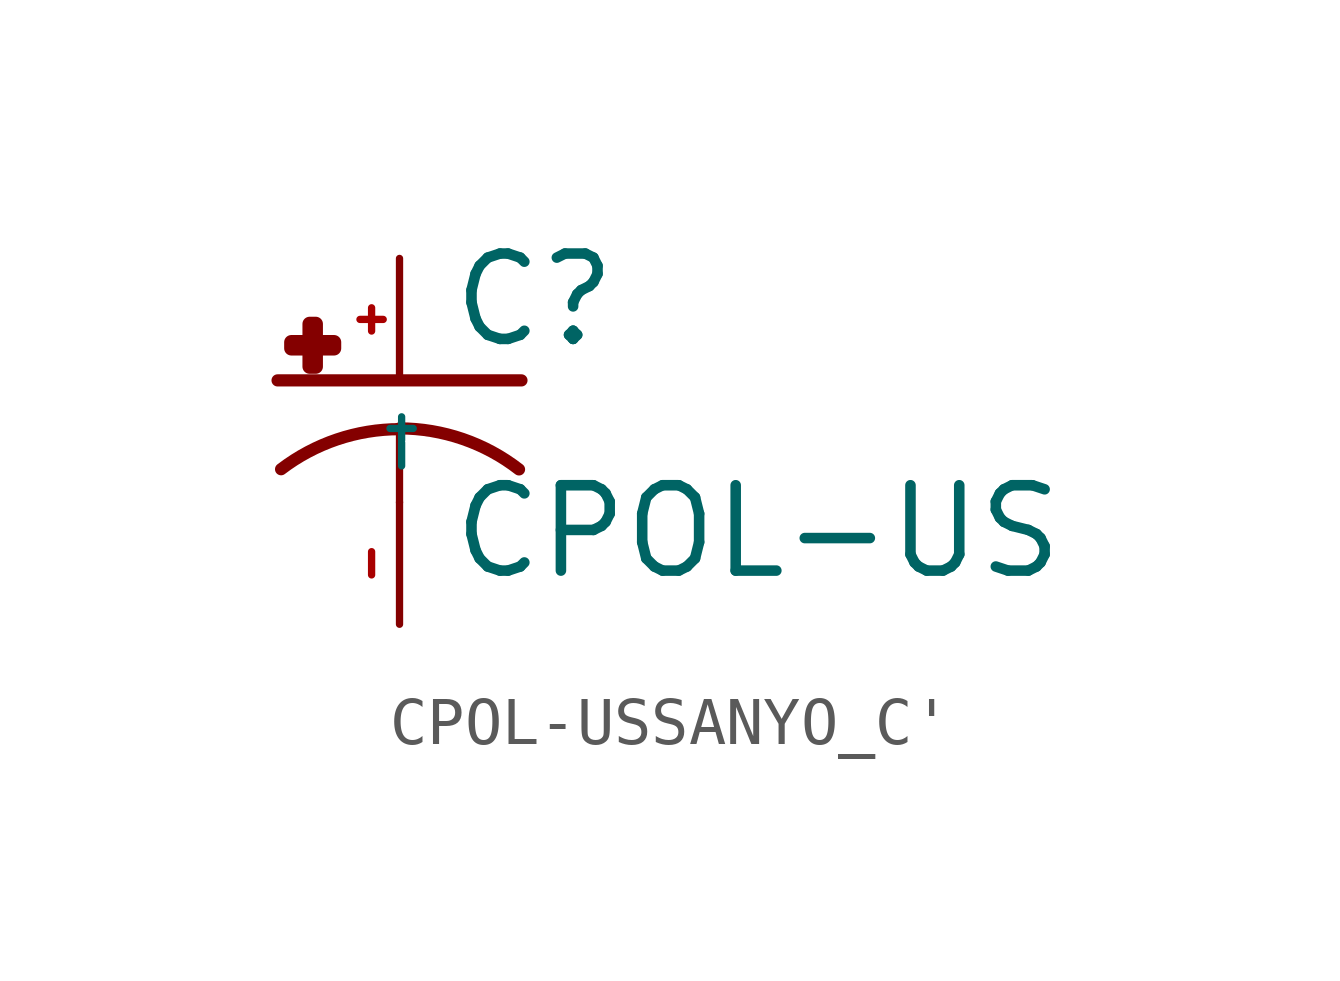
<source format=kicad_sym>
(kicad_symbol_lib
  (version 20220914)
  (generator Eagle2Kicad)
  (symbol "CPOL-USSANYO_C'"
    (property "Reference" "C"
      (at 1.016 0.635 0)
      (effects (font (size 1.778 1.778) (thickness 0.22)) (justify left bottom)))
    (property "Value" "CPOL-US"
      (at 1.016 -4.191 0)
      (effects (font (size 1.778 1.778) (thickness 0.22)) (justify left bottom)))
    (polyline
      (pts (xy -2.54 0) (xy 2.54 0))
      (stroke (width 0.254) (type default))
      (fill (type none)))
    (polyline
      (pts (xy 0 -1.016) (xy 0 -2.54))
      (stroke (width 0.152) (type default))
      (fill (type none)))
    (arc
      (start 2.4892 -1.8542)
      (mid 1.316 -1.220)
      (end 0 -1)
      (stroke (width 0.254) (type default))
      (fill (type none)))
    (arc
      (start 0 -1.0161)
      (mid -1.302 -1.230)
      (end -2.4669 -1.8504)
      (stroke (width 0.254) (type default))
      (fill (type none)))
    (rectangle
      (start -2.253 0.668)
      (end -1.364 0.795)
      (stroke (width 0.3) (type default))
      (fill (type outline)))
    (rectangle
      (start -1.872 0.287)
      (end -1.745 1.176)
      (stroke (width 0.3) (type default))
      (fill (type outline)))
    (pin passive line
      (at 0 2.54 270)
      (length 2.54)
      (name "+" (effects (font (size 0.635 0.635) (thickness 0.08)) (justify left bottom)))
      (number "+" (effects (font (size 0.635 0.635) (thickness 0.08)) (justify left bottom))))
    (pin passive line
      (at 0 -5.08 90)
      (length 2.54)
      (name "-" (effects (font (size 0.635 0.635) (thickness 0.08)) (justify left bottom)))
      (number "-" (effects (font (size 0.635 0.635) (thickness 0.08)) (justify left bottom))))))
</source>
